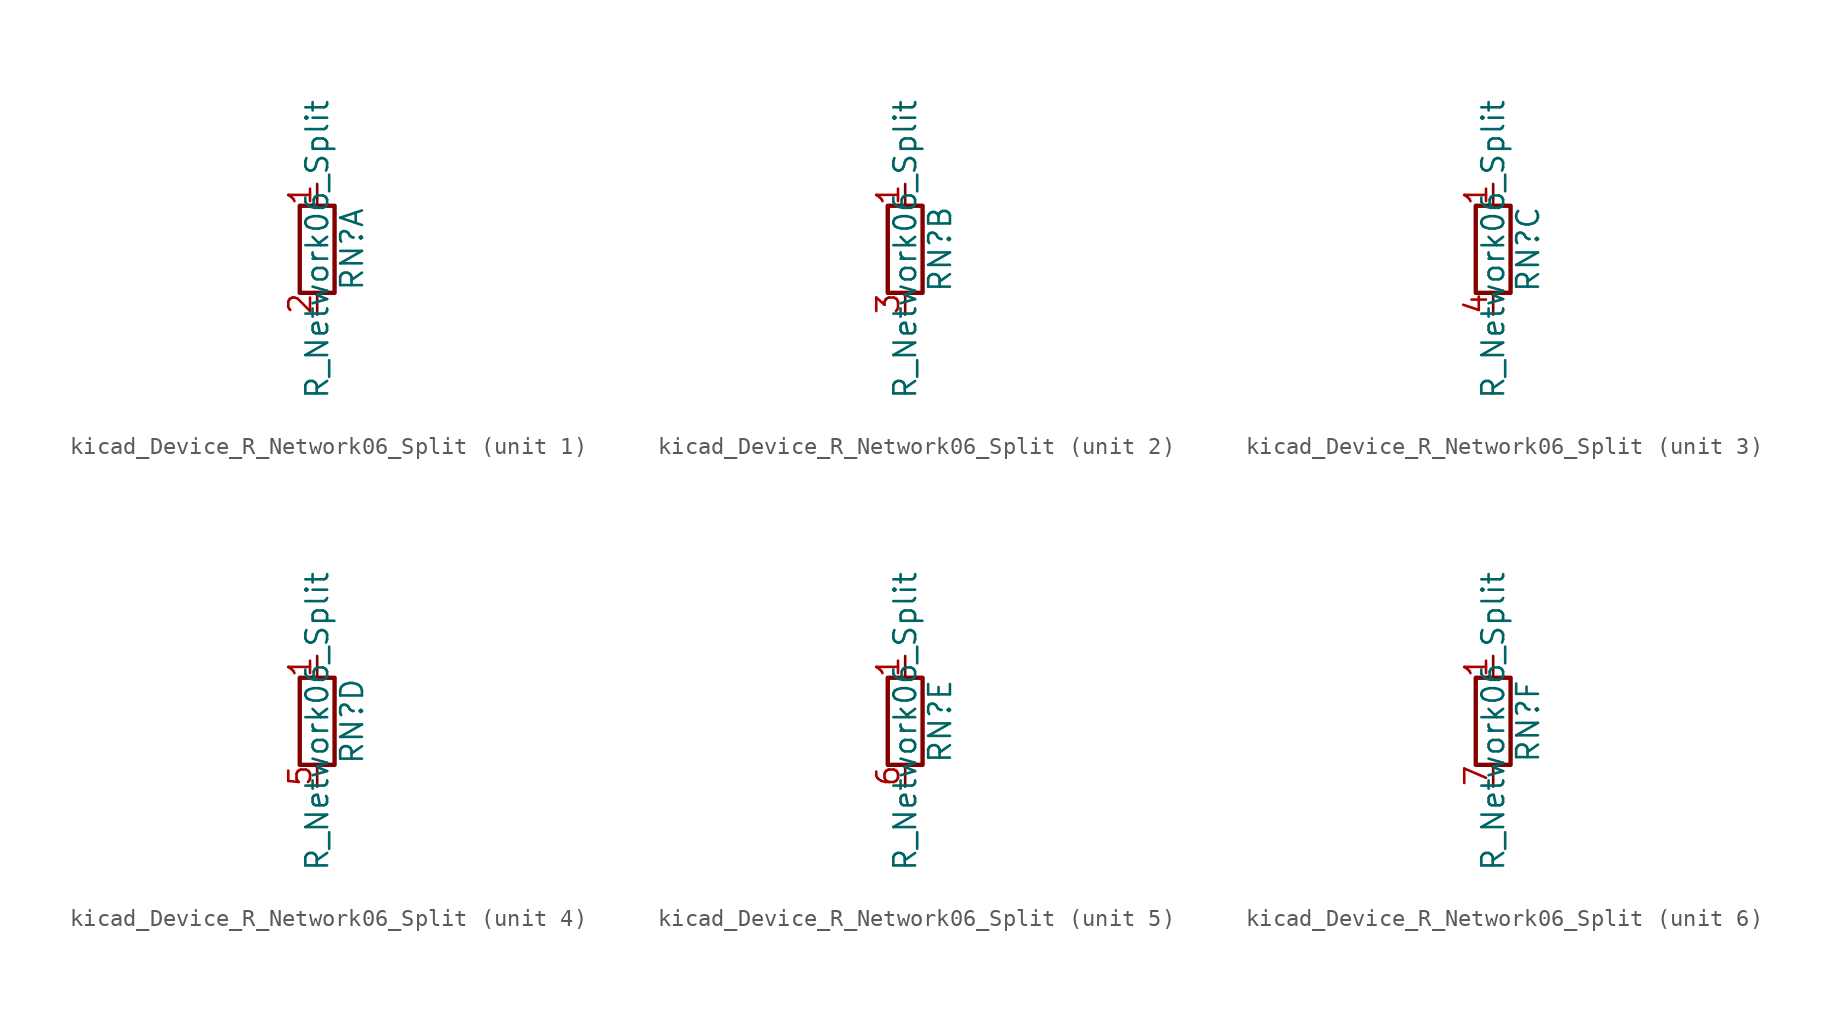
<source format=kicad_sym>
(kicad_symbol_lib
  (version 20220914)
  (generator kicad_symbol_editor)
  (symbol "kicad_Device_R_Network06_Split"
    (pin_names
      (offset 0) hide)
    (property "Reference" "RN"
      (at 2.032 0 90)
      (effects (font (size 1.27 1.27))))
    (property "Value" "R_Network06_Split"
      (at 0 0 90)
      (effects (font (size 1.27 1.27))))
    (symbol "kicad_Device_R_Network06_Split_0_1"
      (rectangle (start 1.016 2.54) (end -1.016 -2.54) (stroke (width 0.254) (type default)) (fill (type none)))
      (pin passive line (at 0 3.81 270) (length 1.27) (name "R1" (effects (font (size 1.27 1.27)))) (number "1" (effects (font (size 1.27 1.27))))))
    (symbol "kicad_Device_R_Network06_Split_1_1"
      (pin passive line (at 0 -3.81 90) (length 1.27) (name "R1.2" (effects (font (size 1.27 1.27)))) (number "2" (effects (font (size 1.27 1.27))))))
    (symbol "kicad_Device_R_Network06_Split_2_1"
      (pin passive line (at 0 -3.81 90) (length 1.27) (name "R2.2" (effects (font (size 1.27 1.27)))) (number "3" (effects (font (size 1.27 1.27))))))
    (symbol "kicad_Device_R_Network06_Split_3_1"
      (pin passive line (at 0 -3.81 90) (length 1.27) (name "R3.2" (effects (font (size 1.27 1.27)))) (number "4" (effects (font (size 1.27 1.27))))))
    (symbol "kicad_Device_R_Network06_Split_4_1"
      (pin passive line (at 0 -3.81 90) (length 1.27) (name "R4.2" (effects (font (size 1.27 1.27)))) (number "5" (effects (font (size 1.27 1.27))))))
    (symbol "kicad_Device_R_Network06_Split_5_1"
      (pin passive line (at 0 -3.81 90) (length 1.27) (name "R5.2" (effects (font (size 1.27 1.27)))) (number "6" (effects (font (size 1.27 1.27))))))
    (symbol "kicad_Device_R_Network06_Split_6_1"
      (pin passive line (at 0 -3.81 90) (length 1.27) (name "R6.2" (effects (font (size 1.27 1.27)))) (number "7" (effects (font (size 1.27 1.27))))))))
</source>
